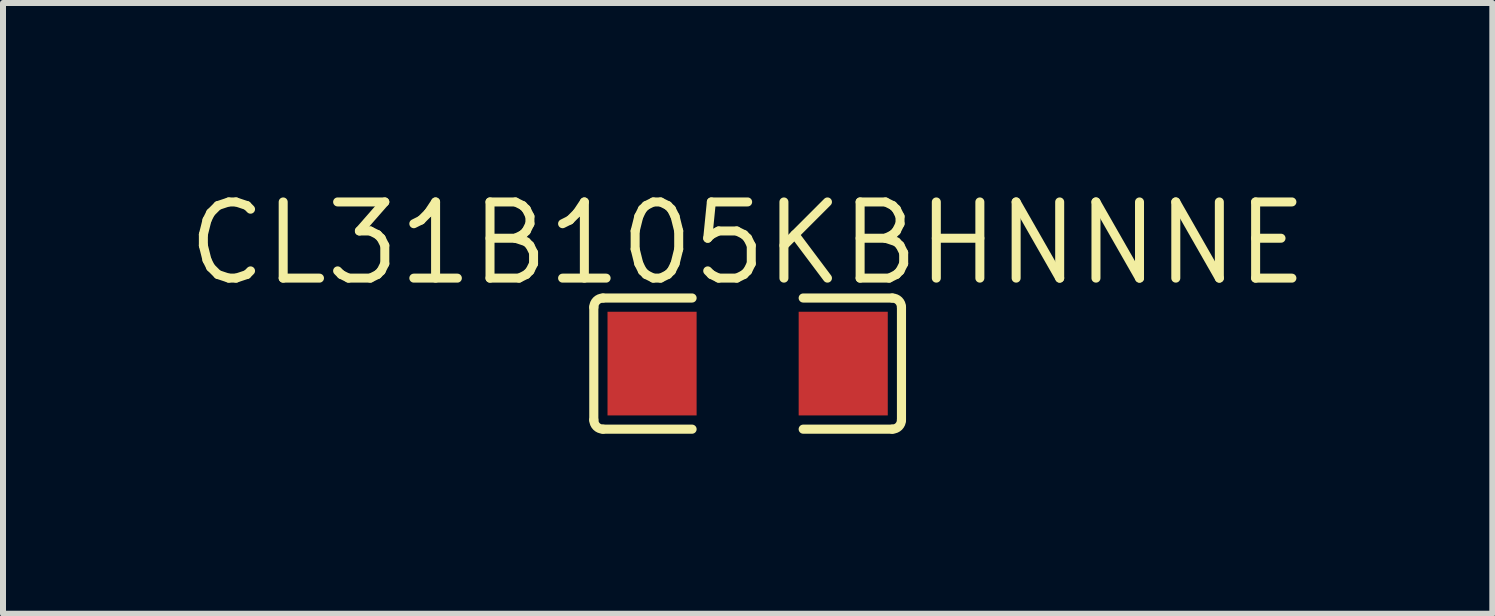
<source format=kicad_pcb>
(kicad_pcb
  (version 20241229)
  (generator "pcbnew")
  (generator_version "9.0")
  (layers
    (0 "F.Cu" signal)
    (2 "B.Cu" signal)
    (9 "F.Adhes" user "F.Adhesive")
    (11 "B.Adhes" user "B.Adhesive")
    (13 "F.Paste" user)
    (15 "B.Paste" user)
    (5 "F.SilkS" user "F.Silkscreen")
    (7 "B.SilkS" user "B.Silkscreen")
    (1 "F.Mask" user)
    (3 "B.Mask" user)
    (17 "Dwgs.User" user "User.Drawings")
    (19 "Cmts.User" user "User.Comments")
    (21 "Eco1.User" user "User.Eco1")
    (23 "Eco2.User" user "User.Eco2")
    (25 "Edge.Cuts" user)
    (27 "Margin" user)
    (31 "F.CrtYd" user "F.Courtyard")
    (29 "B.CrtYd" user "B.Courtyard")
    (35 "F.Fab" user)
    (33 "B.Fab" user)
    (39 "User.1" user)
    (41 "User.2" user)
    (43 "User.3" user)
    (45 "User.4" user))
  (footprint "CL31B105KBHNNNE"
    (layer "F.Cu")
    (at 9.411 3.01)
    (property "Reference" "CL31B105KBHNNNE" (at 0 -2.004 0) (layer "F.SilkS") (effects (font (size 1.27 1.27) (thickness 0.15))))
    (fp_line (start -2.564 0.94) (end -2.564 -0.94) (stroke (width 0.152) (type default)) (layer "F.SilkS"))
    (fp_line (start -2.411 -1.093) (end -0.926 -1.093) (stroke (width 0.152) (type default)) (layer "F.SilkS"))
    (fp_line (start -0.926 1.093) (end -2.411 1.093) (stroke (width 0.152) (type default)) (layer "F.SilkS"))
    (fp_line (start 0.926 1.093) (end 2.411 1.093) (stroke (width 0.152) (type default)) (layer "F.SilkS"))
    (fp_line (start 2.411 -1.093) (end 0.926 -1.093) (stroke (width 0.152) (type default)) (layer "F.SilkS"))
    (fp_line (start 2.564 0.94) (end 2.564 -0.94) (stroke (width 0.152) (type default)) (layer "F.SilkS"))
    (fp_arc (start -2.5636 -0.9402) (mid -2.518963 -1.047963) (end -2.4112 -1.0926) (stroke (width 0.1524) (type default)) (layer "F.SilkS"))
    (fp_arc (start -2.4112 1.0926) (mid -2.518963 1.047963) (end -2.5636 0.9402) (stroke (width 0.1524) (type default)) (layer "F.SilkS"))
    (fp_arc (start 2.4112 -1.0926) (mid 2.518963 -1.047963) (end 2.5636 -0.9402) (stroke (width 0.1524) (type default)) (layer "F.SilkS"))
    (fp_arc (start 2.5636 0.9402) (mid 2.518963 1.047963) (end 2.4112 1.0926) (stroke (width 0.1524) (type default)) (layer "F.SilkS"))
    (fp_circle (center -1.6 0.8) (end -1.57 0.8) (stroke (width 0.06) (type default)) (fill no) (layer "User.5"))
    (pad "1" smd rect (at -1.593 0) (size 1.485 1.728) (layers "F.Cu" "F.Mask" "F.Paste"))
    (pad "2" smd rect (at 1.593 0) (size 1.485 1.728) (layers "F.Cu" "F.Mask" "F.Paste"))
    (zone (net_name "") (layer "F.Paste") (hatch edge 0.5) (priority 100) (connect_pads yes) (min_thickness 0) (filled_areas_thickness no) (fill yes) (polygon (pts (xy 8.561 3.774) (xy 8.561 3.404) (xy 8.461 3.304) (xy 8.156 3.304) (xy 8.056 3.204) (xy 8.056 2.816) (xy 8.156 2.716) (xy 8.461 2.716) (xy 8.561 2.616) (xy 8.561 2.246) (xy 8.461 2.146) (xy 7.176 2.146) (xy 7.076 2.246) (xy 7.076 3.774) (xy 7.176 3.874) (xy 8.461 3.874))) (filled_polygon (layer "F.Paste") (island) (pts (xy 8.561 3.774) (xy 8.561 3.404) (xy 8.461 3.304) (xy 8.156 3.304) (xy 8.056 3.204) (xy 8.056 2.816) (xy 8.156 2.716) (xy 8.461 2.716) (xy 8.561 2.616) (xy 8.561 2.246) (xy 8.461 2.146) (xy 7.176 2.146) (xy 7.076 2.246) (xy 7.076 3.774) (xy 7.176 3.874) (xy 8.461 3.874))))
    (zone (net_name "") (layer "F.Paste") (hatch edge 0.5) (priority 100) (connect_pads yes) (min_thickness 0) (filled_areas_thickness no) (fill yes) (polygon (pts (xy 10.261 3.774) (xy 10.261 3.404) (xy 10.361 3.304) (xy 10.666 3.304) (xy 10.766 3.204) (xy 10.766 2.816) (xy 10.666 2.716) (xy 10.361 2.716) (xy 10.261 2.616) (xy 10.261 2.246) (xy 10.361 2.146) (xy 11.646 2.146) (xy 11.746 2.246) (xy 11.746 3.774) (xy 11.646 3.874) (xy 10.361 3.874))) (filled_polygon (layer "F.Paste") (island) (pts (xy 10.261 3.774) (xy 10.261 3.404) (xy 10.361 3.304) (xy 10.666 3.304) (xy 10.766 3.204) (xy 10.766 2.816) (xy 10.666 2.716) (xy 10.361 2.716) (xy 10.261 2.616) (xy 10.261 2.246) (xy 10.361 2.146) (xy 11.646 2.146) (xy 11.746 2.246) (xy 11.746 3.774) (xy 11.646 3.874) (xy 10.361 3.874))))
    (zone (net_name "") (layer "User.3") (hatch edge 0.5) (priority 100) (connect_pads yes) (min_thickness 0) (filled_areas_thickness no) (fill yes) (polygon (pts (xy 7.811 3.81) (xy 7.811 2.21) (xy 11.011 2.21) (xy 11.011 3.81))) (filled_polygon (layer "User.3") (island) (pts (xy 7.811 3.81) (xy 7.811 2.21) (xy 11.011 2.21) (xy 11.011 3.81))))
    (zone (net_name "") (layer "User.4") (hatch edge 0.5) (priority 100) (connect_pads yes) (min_thickness 0) (filled_areas_thickness no) (fill yes) (polygon (pts (xy 7.811 3.81) (xy 7.811 2.21) (xy 8.311 2.21) (xy 8.311 3.81))) (filled_polygon (layer "User.4") (island) (pts (xy 7.811 3.81) (xy 7.811 2.21) (xy 8.311 2.21) (xy 8.311 3.81))))
    (zone (net_name "") (layer "User.4") (hatch edge 0.5) (priority 100) (connect_pads yes) (min_thickness 0) (filled_areas_thickness no) (fill yes) (polygon (pts (xy 11.011 3.81) (xy 11.011 2.21) (xy 10.511 2.21) (xy 10.511 3.81))) (filled_polygon (layer "User.4") (island) (pts (xy 11.011 3.81) (xy 11.011 2.21) (xy 10.511 2.21) (xy 10.511 3.81)))))
  (gr_rect
    (start -3 -3)
    (end 21.823 7.179)
    (stroke (width 0.1) (type default))
    (fill no)
    (layer "Edge.Cuts")))
</source>
